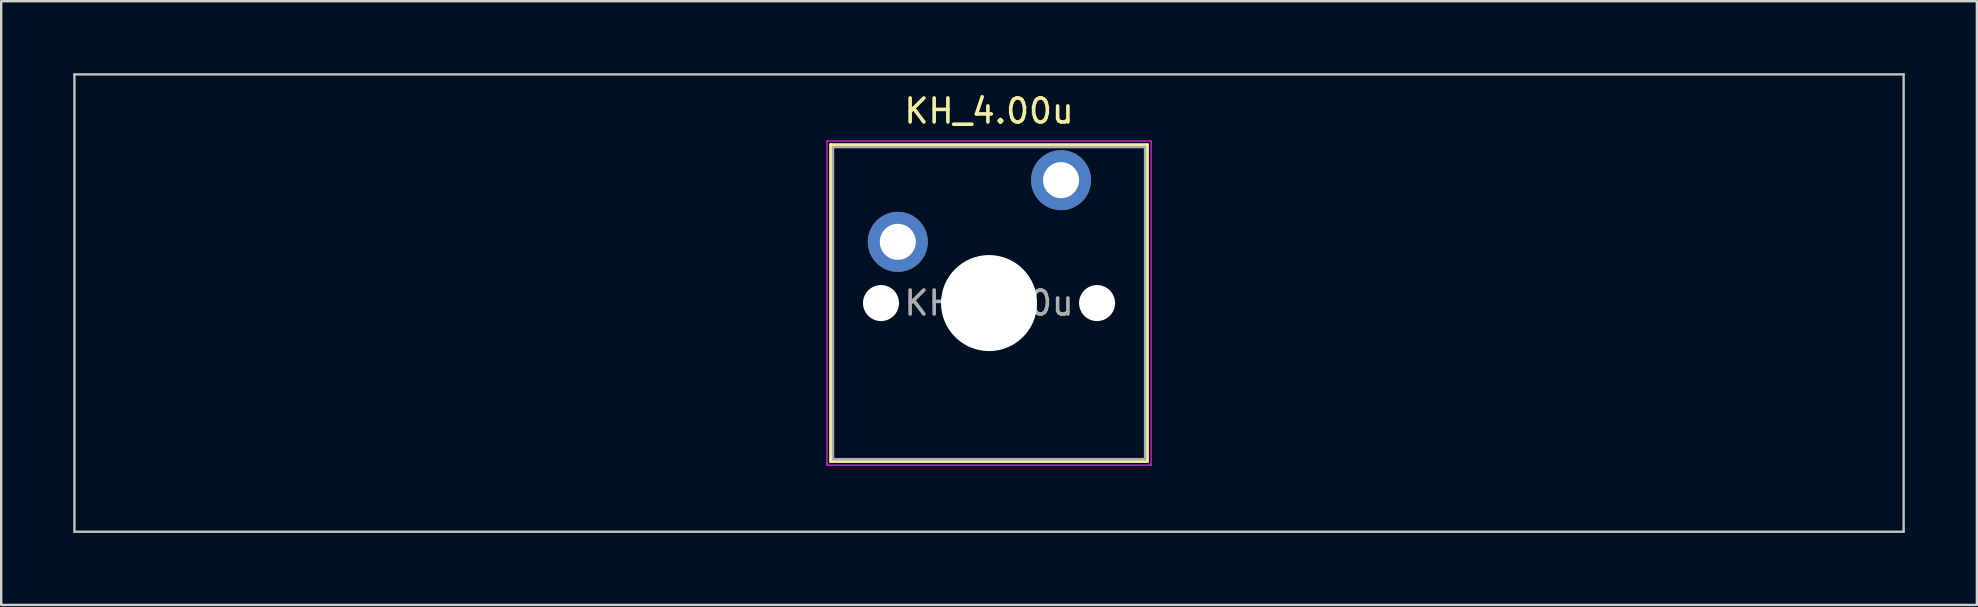
<source format=kicad_pcb>
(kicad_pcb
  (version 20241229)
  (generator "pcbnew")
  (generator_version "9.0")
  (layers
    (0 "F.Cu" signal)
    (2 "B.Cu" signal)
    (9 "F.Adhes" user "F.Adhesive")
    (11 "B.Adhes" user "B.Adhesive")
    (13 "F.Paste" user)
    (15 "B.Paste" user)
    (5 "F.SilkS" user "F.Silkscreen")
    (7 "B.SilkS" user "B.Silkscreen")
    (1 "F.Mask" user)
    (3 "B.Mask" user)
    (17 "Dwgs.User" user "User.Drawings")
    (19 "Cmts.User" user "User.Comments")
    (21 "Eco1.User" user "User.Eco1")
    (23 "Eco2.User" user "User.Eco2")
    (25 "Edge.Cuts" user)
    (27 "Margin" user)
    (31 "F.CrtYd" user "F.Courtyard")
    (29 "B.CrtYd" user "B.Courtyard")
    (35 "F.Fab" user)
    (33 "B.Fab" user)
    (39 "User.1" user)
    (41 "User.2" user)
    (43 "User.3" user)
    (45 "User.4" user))
  (footprint "KH_4.00u"
    (layer "F.Cu")
    (at 38.15 9.575)
    (property "Reference" "KH_4.00u" (at 0 -8 0) (layer "F.SilkS") (effects (font (size 1 1) (thickness 0.15))))
    (attr through_hole)
    (fp_line (start -6.6 -6.6) (end -6.6 6.6) (stroke (width 0.12) (type solid)) (layer "F.SilkS"))
    (fp_line (start -6.6 6.6) (end 6.6 6.6) (stroke (width 0.12) (type solid)) (layer "F.SilkS"))
    (fp_line (start 6.6 -6.6) (end -6.6 -6.6) (stroke (width 0.12) (type solid)) (layer "F.SilkS"))
    (fp_line (start 6.6 6.6) (end 6.6 -6.6) (stroke (width 0.12) (type solid)) (layer "F.SilkS"))
    (fp_line (start -38.1 -9.525) (end -38.1 9.525) (stroke (width 0.1) (type solid)) (layer "Dwgs.User"))
    (fp_line (start -38.1 9.525) (end 38.1 9.525) (stroke (width 0.1) (type solid)) (layer "Dwgs.User"))
    (fp_line (start 38.1 -9.525) (end -38.1 -9.525) (stroke (width 0.1) (type solid)) (layer "Dwgs.User"))
    (fp_line (start 38.1 9.525) (end 38.1 -9.525) (stroke (width 0.1) (type solid)) (layer "Dwgs.User"))
    (fp_line (start -6.1 -6.1) (end -6.1 6.1) (stroke (width 0.1) (type solid)) (layer "Eco1.User"))
    (fp_line (start -6.1 6.1) (end 6.1 6.1) (stroke (width 0.1) (type solid)) (layer "Eco1.User"))
    (fp_line (start 6.1 -6.1) (end -6.1 -6.1) (stroke (width 0.1) (type solid)) (layer "Eco1.User"))
    (fp_line (start 6.1 6.1) (end 6.1 -6.1) (stroke (width 0.1) (type solid)) (layer "Eco1.User"))
    (fp_line (start -6.75 -6.75) (end -6.75 6.75) (stroke (width 0.05) (type solid)) (layer "F.CrtYd"))
    (fp_line (start -6.75 6.75) (end 6.75 6.75) (stroke (width 0.05) (type solid)) (layer "F.CrtYd"))
    (fp_line (start 6.75 -6.75) (end -6.75 -6.75) (stroke (width 0.05) (type solid)) (layer "F.CrtYd"))
    (fp_line (start 6.75 6.75) (end 6.75 -6.75) (stroke (width 0.05) (type solid)) (layer "F.CrtYd"))
    (fp_line (start -6.5 -6.5) (end -6.5 6.5) (stroke (width 0.1) (type solid)) (layer "F.Fab"))
    (fp_line (start -6.5 6.5) (end 6.5 6.5) (stroke (width 0.1) (type solid)) (layer "F.Fab"))
    (fp_line (start 6.5 -6.5) (end -6.5 -6.5) (stroke (width 0.1) (type solid)) (layer "F.Fab"))
    (fp_line (start 6.5 6.5) (end 6.5 -6.5) (stroke (width 0.1) (type solid)) (layer "F.Fab"))
    (fp_text user "${REFERENCE}" (at 0 0 0) (layer "F.Fab") (effects (font (size 1 1) (thickness 0.15))))
    (pad "" np_thru_hole circle (at -4.5 0) (size 1.5 1.5) (drill 1.5) (layers "*.Cu" "*.Mask"))
    (pad "" np_thru_hole circle (at 0 0) (size 4 4) (drill 4) (layers "*.Cu" "*.Mask"))
    (pad "" np_thru_hole circle (at 4.5 0) (size 1.5 1.5) (drill 1.5) (layers "*.Cu" "*.Mask"))
    (pad "1" thru_hole circle (at -3.8 -2.55) (size 2.5 2.5) (drill 1.5) (layers "*.Cu" "*.Mask"))
    (pad "2" thru_hole circle (at 3 -5.12) (size 2.5 2.5) (drill 1.5) (layers "*.Cu" "*.Mask")))
  (gr_rect
    (start -3 -3)
    (end 79.3 22.15)
    (stroke (width 0.1) (type default))
    (fill no)
    (layer "Edge.Cuts")))
</source>
